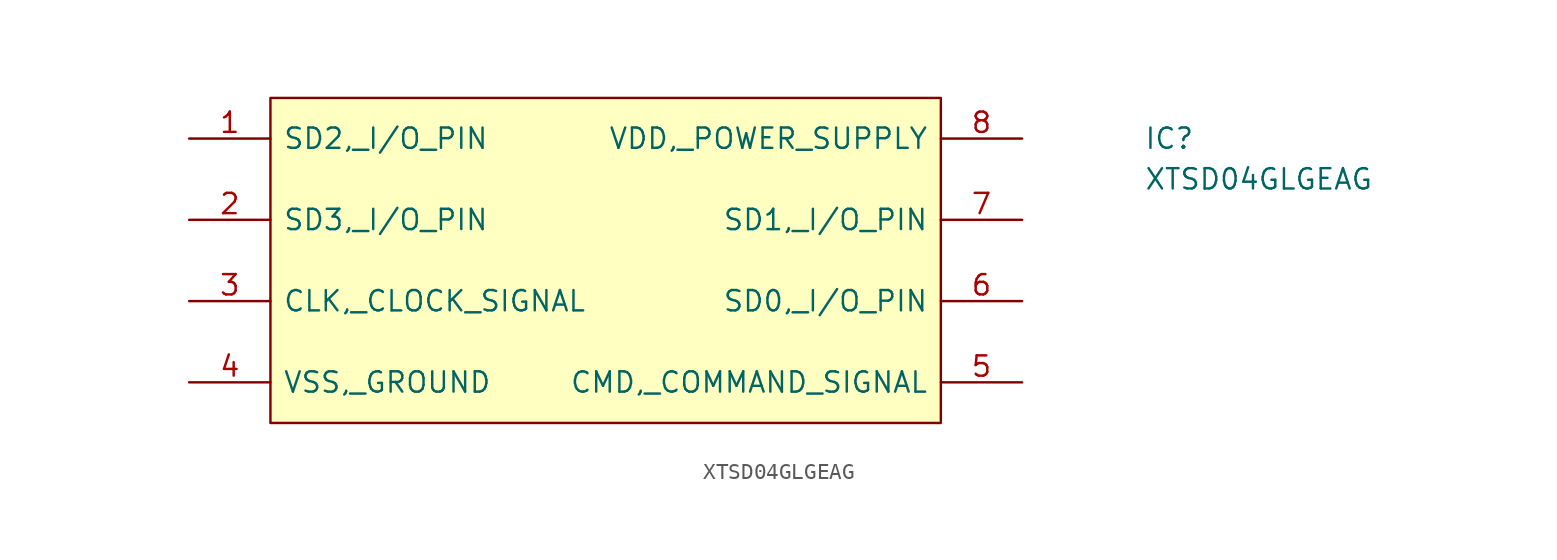
<source format=kicad_sym>
(kicad_symbol_lib
  (version 20211014)
  (generator kicad_symbol_editor)
  (symbol "XTSD04GLGEAG"
    (pin_names
      (offset 0.762))
    (property "Reference" "IC"
      (at 59.69 7.62 0)
      (effects (font (size 1.27 1.27)) (justify left)))
    (property "Value" "XTSD04GLGEAG"
      (at 59.69 5.08 0)
      (effects (font (size 1.27 1.27)) (justify left)))
    (symbol "XTSD04GLGEAG_0_0"
      (pin passive line (at 0 7.62 0) (length 5.08) (name "SD2,_I/O_PIN" (effects (font (size 1.27 1.27)))) (number "1" (effects (font (size 1.27 1.27)))))
      (pin passive line (at 0 2.54 0) (length 5.08) (name "SD3,_I/O_PIN" (effects (font (size 1.27 1.27)))) (number "2" (effects (font (size 1.27 1.27)))))
      (pin passive line (at 0 -2.54 0) (length 5.08) (name "CLK,_CLOCK_SIGNAL" (effects (font (size 1.27 1.27)))) (number "3" (effects (font (size 1.27 1.27)))))
      (pin passive line (at 0 -7.62 0) (length 5.08) (name "VSS,_GROUND" (effects (font (size 1.27 1.27)))) (number "4" (effects (font (size 1.27 1.27)))))
      (pin passive line (at 52.07 -7.62 180) (length 5.08) (name "CMD,_COMMAND_SIGNAL" (effects (font (size 1.27 1.27)))) (number "5" (effects (font (size 1.27 1.27)))))
      (pin passive line (at 52.07 -2.54 180) (length 5.08) (name "SD0,_I/O_PIN" (effects (font (size 1.27 1.27)))) (number "6" (effects (font (size 1.27 1.27)))))
      (pin passive line (at 52.07 2.54 180) (length 5.08) (name "SD1,_I/O_PIN" (effects (font (size 1.27 1.27)))) (number "7" (effects (font (size 1.27 1.27)))))
      (pin passive line (at 52.07 7.62 180) (length 5.08) (name "VDD,_POWER_SUPPLY" (effects (font (size 1.27 1.27)))) (number "8" (effects (font (size 1.27 1.27))))))
    (symbol "XTSD04GLGEAG_0_1"
      (polyline (pts (xy 5.08 10.16) (xy 46.99 10.16) (xy 46.99 -10.16) (xy 5.08 -10.16) (xy 5.08 10.16)) (stroke (width 0.152) (type default) (color 0 0 0 0)) (fill (type background))))))
</source>
